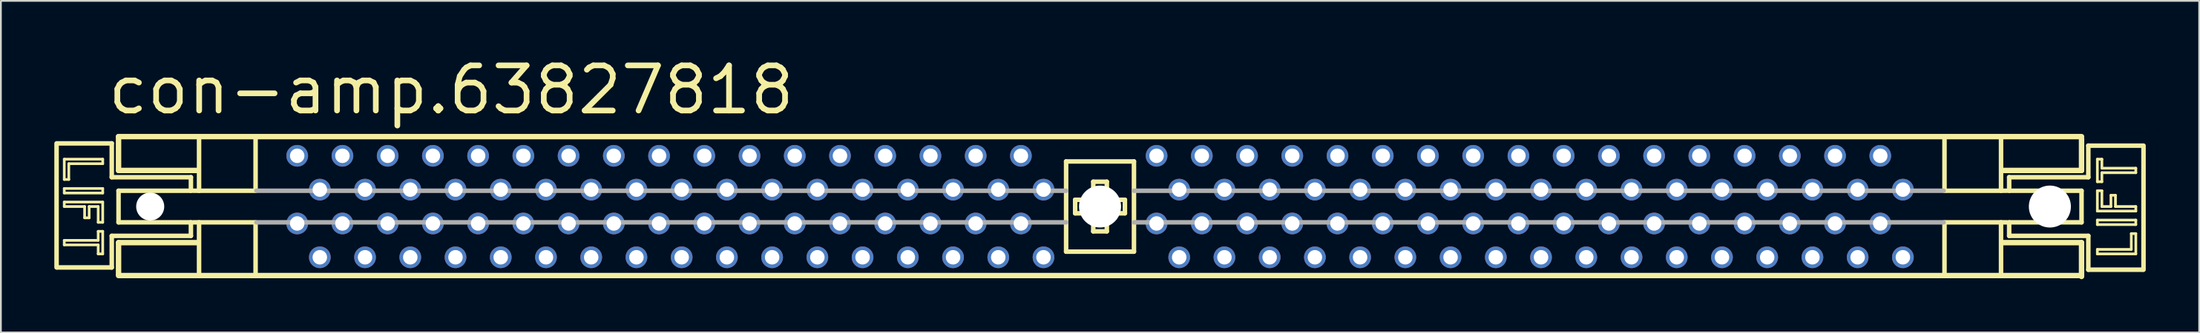
<source format=kicad_pcb>
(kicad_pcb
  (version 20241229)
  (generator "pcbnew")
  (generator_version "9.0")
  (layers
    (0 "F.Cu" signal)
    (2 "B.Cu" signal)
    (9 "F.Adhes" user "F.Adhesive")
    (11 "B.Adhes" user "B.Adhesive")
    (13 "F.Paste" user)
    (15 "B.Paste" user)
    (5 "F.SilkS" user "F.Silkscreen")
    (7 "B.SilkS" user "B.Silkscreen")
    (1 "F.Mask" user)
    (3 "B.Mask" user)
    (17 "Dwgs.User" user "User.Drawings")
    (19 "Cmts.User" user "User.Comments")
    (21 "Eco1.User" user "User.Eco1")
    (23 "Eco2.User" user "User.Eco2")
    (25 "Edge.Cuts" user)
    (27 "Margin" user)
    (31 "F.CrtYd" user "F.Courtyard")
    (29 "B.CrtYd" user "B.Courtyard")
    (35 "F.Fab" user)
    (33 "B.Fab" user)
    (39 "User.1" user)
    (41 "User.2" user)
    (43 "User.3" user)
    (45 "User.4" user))
  (footprint "con-amp.63827818"
    (layer "F.Cu")
    (at 58.725 8.58)
    (property "Reference" "con-amp.63827818" (at -55.88 -5.08 0) (layer "F.SilkS") (effects (font (size 2.54 2.54) (thickness 0.32)) (justify left bottom)))
    (attr through_hole)
    (fp_line (start -58.598 -3.556) (end -58.598 3.429) (stroke (width 0.254) (type default)) (layer "F.SilkS"))
    (fp_line (start -58.547 -3.556) (end -55.499 -3.556) (stroke (width 0.254) (type default)) (layer "F.SilkS"))
    (fp_line (start -58.166 -2.667) (end -58.166 -1.524) (stroke (width 0.152) (type default)) (layer "F.SilkS"))
    (fp_line (start -58.166 -1.524) (end -57.912 -1.524) (stroke (width 0.152) (type default)) (layer "F.SilkS"))
    (fp_line (start -58.166 -1.016) (end -58.166 -0.762) (stroke (width 0.152) (type default)) (layer "F.SilkS"))
    (fp_line (start -58.166 -0.762) (end -56.007 -0.762) (stroke (width 0.152) (type default)) (layer "F.SilkS"))
    (fp_line (start -58.166 -0.254) (end -56.007 -0.254) (stroke (width 0.152) (type default)) (layer "F.SilkS"))
    (fp_line (start -58.166 0) (end -58.166 -0.254) (stroke (width 0.152) (type default)) (layer "F.SilkS"))
    (fp_line (start -58.166 1.905) (end -56.261 1.905) (stroke (width 0.152) (type default)) (layer "F.SilkS"))
    (fp_line (start -58.166 2.159) (end -58.166 1.905) (stroke (width 0.152) (type default)) (layer "F.SilkS"))
    (fp_line (start -57.912 -2.413) (end -56.007 -2.413) (stroke (width 0.152) (type default)) (layer "F.SilkS"))
    (fp_line (start -57.912 -1.524) (end -57.912 -2.413) (stroke (width 0.152) (type default)) (layer "F.SilkS"))
    (fp_line (start -57.023 0) (end -58.166 0) (stroke (width 0.152) (type default)) (layer "F.SilkS"))
    (fp_line (start -57.023 0.635) (end -57.023 0) (stroke (width 0.152) (type default)) (layer "F.SilkS"))
    (fp_line (start -56.769 0) (end -56.769 0.635) (stroke (width 0.152) (type default)) (layer "F.SilkS"))
    (fp_line (start -56.769 0.635) (end -57.023 0.635) (stroke (width 0.152) (type default)) (layer "F.SilkS"))
    (fp_line (start -56.261 0) (end -56.769 0) (stroke (width 0.152) (type default)) (layer "F.SilkS"))
    (fp_line (start -56.261 0.889) (end -56.261 0) (stroke (width 0.152) (type default)) (layer "F.SilkS"))
    (fp_line (start -56.261 1.397) (end -56.007 1.397) (stroke (width 0.152) (type default)) (layer "F.SilkS"))
    (fp_line (start -56.261 1.905) (end -56.261 1.397) (stroke (width 0.152) (type default)) (layer "F.SilkS"))
    (fp_line (start -56.261 2.159) (end -58.166 2.159) (stroke (width 0.152) (type default)) (layer "F.SilkS"))
    (fp_line (start -56.261 2.667) (end -56.261 2.159) (stroke (width 0.152) (type default)) (layer "F.SilkS"))
    (fp_line (start -56.007 -2.667) (end -58.166 -2.667) (stroke (width 0.152) (type default)) (layer "F.SilkS"))
    (fp_line (start -56.007 -2.413) (end -56.007 -2.667) (stroke (width 0.152) (type default)) (layer "F.SilkS"))
    (fp_line (start -56.007 -1.016) (end -58.166 -1.016) (stroke (width 0.152) (type default)) (layer "F.SilkS"))
    (fp_line (start -56.007 -0.762) (end -56.007 -1.016) (stroke (width 0.152) (type default)) (layer "F.SilkS"))
    (fp_line (start -56.007 -0.254) (end -56.007 0.889) (stroke (width 0.152) (type default)) (layer "F.SilkS"))
    (fp_line (start -56.007 0.889) (end -56.261 0.889) (stroke (width 0.152) (type default)) (layer "F.SilkS"))
    (fp_line (start -56.007 1.397) (end -56.007 2.667) (stroke (width 0.152) (type default)) (layer "F.SilkS"))
    (fp_line (start -56.007 2.667) (end -56.261 2.667) (stroke (width 0.152) (type default)) (layer "F.SilkS"))
    (fp_line (start -55.499 -3.556) (end -55.499 -1.651) (stroke (width 0.254) (type default)) (layer "F.SilkS"))
    (fp_line (start -55.499 -1.651) (end -51.054 -1.651) (stroke (width 0.254) (type default)) (layer "F.SilkS"))
    (fp_line (start -55.499 1.651) (end -55.499 3.429) (stroke (width 0.254) (type default)) (layer "F.SilkS"))
    (fp_line (start -55.499 3.429) (end -58.547 3.429) (stroke (width 0.254) (type default)) (layer "F.SilkS"))
    (fp_line (start -55.118 -3.937) (end -55.118 -2.032) (stroke (width 0.305) (type default)) (layer "F.SilkS"))
    (fp_line (start -55.118 -3.937) (end 55.118 -3.937) (stroke (width 0.305) (type default)) (layer "F.SilkS"))
    (fp_line (start -55.118 -2.032) (end -50.673 -2.032) (stroke (width 0.305) (type default)) (layer "F.SilkS"))
    (fp_line (start -55.118 -0.889) (end -55.118 0.889) (stroke (width 0.254) (type default)) (layer "F.SilkS"))
    (fp_line (start -55.118 0.889) (end -51.054 0.889) (stroke (width 0.254) (type default)) (layer "F.SilkS"))
    (fp_line (start -55.118 2.032) (end -55.118 3.81) (stroke (width 0.305) (type default)) (layer "F.SilkS"))
    (fp_line (start -55.118 2.032) (end -50.673 2.032) (stroke (width 0.305) (type default)) (layer "F.SilkS"))
    (fp_line (start -51.054 -1.651) (end -51.054 -0.889) (stroke (width 0.254) (type default)) (layer "F.SilkS"))
    (fp_line (start -51.054 -0.889) (end -55.118 -0.889) (stroke (width 0.254) (type default)) (layer "F.SilkS"))
    (fp_line (start -51.054 0.889) (end -51.054 1.651) (stroke (width 0.254) (type default)) (layer "F.SilkS"))
    (fp_line (start -51.054 1.651) (end -55.499 1.651) (stroke (width 0.254) (type default)) (layer "F.SilkS"))
    (fp_line (start -50.927 -0.889) (end -47.498 -0.889) (stroke (width 0.254) (type default)) (layer "F.SilkS"))
    (fp_line (start -50.927 0.889) (end -47.498 0.889) (stroke (width 0.254) (type default)) (layer "F.SilkS"))
    (fp_line (start -50.597 -3.861) (end -50.597 -0.889) (stroke (width 0.254) (type default)) (layer "F.SilkS"))
    (fp_line (start -50.597 0.889) (end -50.597 3.81) (stroke (width 0.254) (type default)) (layer "F.SilkS"))
    (fp_line (start -47.422 -3.861) (end -47.422 -0.889) (stroke (width 0.254) (type default)) (layer "F.SilkS"))
    (fp_line (start -47.422 0.889) (end -47.422 3.81) (stroke (width 0.254) (type default)) (layer "F.SilkS"))
    (fp_line (start -1.905 -2.54) (end -1.905 2.54) (stroke (width 0.254) (type default)) (layer "F.SilkS"))
    (fp_line (start -1.905 2.54) (end 1.905 2.54) (stroke (width 0.254) (type default)) (layer "F.SilkS"))
    (fp_line (start -1.397 -0.381) (end -1.397 0.381) (stroke (width 0.254) (type default)) (layer "F.SilkS"))
    (fp_line (start -1.397 0.381) (end -0.381 0.381) (stroke (width 0.254) (type default)) (layer "F.SilkS"))
    (fp_line (start -0.381 -1.397) (end -0.381 -0.381) (stroke (width 0.254) (type default)) (layer "F.SilkS"))
    (fp_line (start -0.381 -0.381) (end -1.397 -0.381) (stroke (width 0.254) (type default)) (layer "F.SilkS"))
    (fp_line (start -0.381 0.381) (end -0.381 1.397) (stroke (width 0.254) (type default)) (layer "F.SilkS"))
    (fp_line (start -0.381 1.397) (end 0.381 1.397) (stroke (width 0.254) (type default)) (layer "F.SilkS"))
    (fp_line (start 0.381 -1.397) (end -0.381 -1.397) (stroke (width 0.254) (type default)) (layer "F.SilkS"))
    (fp_line (start 0.381 -0.381) (end 0.381 -1.397) (stroke (width 0.254) (type default)) (layer "F.SilkS"))
    (fp_line (start 0.381 0.381) (end 1.397 0.381) (stroke (width 0.254) (type default)) (layer "F.SilkS"))
    (fp_line (start 0.381 1.397) (end 0.381 0.381) (stroke (width 0.254) (type default)) (layer "F.SilkS"))
    (fp_line (start 1.397 -0.381) (end 0.381 -0.381) (stroke (width 0.254) (type default)) (layer "F.SilkS"))
    (fp_line (start 1.397 0.381) (end 1.397 -0.381) (stroke (width 0.254) (type default)) (layer "F.SilkS"))
    (fp_line (start 1.905 -2.54) (end -1.905 -2.54) (stroke (width 0.254) (type default)) (layer "F.SilkS"))
    (fp_line (start 1.905 2.54) (end 1.905 -2.54) (stroke (width 0.254) (type default)) (layer "F.SilkS"))
    (fp_line (start 47.422 -3.861) (end 47.422 -0.889) (stroke (width 0.254) (type default)) (layer "F.SilkS"))
    (fp_line (start 47.422 0.889) (end 47.422 3.81) (stroke (width 0.254) (type default)) (layer "F.SilkS"))
    (fp_line (start 50.597 -0.889) (end 50.597 -3.81) (stroke (width 0.254) (type default)) (layer "F.SilkS"))
    (fp_line (start 50.597 3.861) (end 50.597 0.889) (stroke (width 0.254) (type default)) (layer "F.SilkS"))
    (fp_line (start 50.927 -0.889) (end 47.498 -0.889) (stroke (width 0.254) (type default)) (layer "F.SilkS"))
    (fp_line (start 50.927 0.889) (end 47.498 0.889) (stroke (width 0.254) (type default)) (layer "F.SilkS"))
    (fp_line (start 51.054 -1.651) (end 55.499 -1.651) (stroke (width 0.254) (type default)) (layer "F.SilkS"))
    (fp_line (start 51.054 -0.889) (end 51.054 -1.651) (stroke (width 0.254) (type default)) (layer "F.SilkS"))
    (fp_line (start 51.054 0.889) (end 55.118 0.889) (stroke (width 0.254) (type default)) (layer "F.SilkS"))
    (fp_line (start 51.054 1.651) (end 51.054 0.889) (stroke (width 0.254) (type default)) (layer "F.SilkS"))
    (fp_line (start 55.118 -2.032) (end 50.673 -2.032) (stroke (width 0.305) (type default)) (layer "F.SilkS"))
    (fp_line (start 55.118 -2.032) (end 55.118 -3.81) (stroke (width 0.305) (type default)) (layer "F.SilkS"))
    (fp_line (start 55.118 -0.889) (end 51.054 -0.889) (stroke (width 0.254) (type default)) (layer "F.SilkS"))
    (fp_line (start 55.118 0.889) (end 55.118 -0.889) (stroke (width 0.254) (type default)) (layer "F.SilkS"))
    (fp_line (start 55.118 2.032) (end 50.673 2.032) (stroke (width 0.305) (type default)) (layer "F.SilkS"))
    (fp_line (start 55.118 3.886) (end -55.118 3.886) (stroke (width 0.305) (type default)) (layer "F.SilkS"))
    (fp_line (start 55.118 3.937) (end 55.118 2.032) (stroke (width 0.305) (type default)) (layer "F.SilkS"))
    (fp_line (start 55.499 -3.429) (end 58.547 -3.429) (stroke (width 0.254) (type default)) (layer "F.SilkS"))
    (fp_line (start 55.499 -1.651) (end 55.499 -3.429) (stroke (width 0.254) (type default)) (layer "F.SilkS"))
    (fp_line (start 55.499 1.651) (end 51.054 1.651) (stroke (width 0.254) (type default)) (layer "F.SilkS"))
    (fp_line (start 55.499 3.556) (end 55.499 1.651) (stroke (width 0.254) (type default)) (layer "F.SilkS"))
    (fp_line (start 56.007 -2.667) (end 56.261 -2.667) (stroke (width 0.152) (type default)) (layer "F.SilkS"))
    (fp_line (start 56.007 -1.397) (end 56.007 -2.667) (stroke (width 0.152) (type default)) (layer "F.SilkS"))
    (fp_line (start 56.007 -0.889) (end 56.261 -0.889) (stroke (width 0.152) (type default)) (layer "F.SilkS"))
    (fp_line (start 56.007 0.254) (end 56.007 -0.889) (stroke (width 0.152) (type default)) (layer "F.SilkS"))
    (fp_line (start 56.007 0.762) (end 56.007 1.016) (stroke (width 0.152) (type default)) (layer "F.SilkS"))
    (fp_line (start 56.007 1.016) (end 58.166 1.016) (stroke (width 0.152) (type default)) (layer "F.SilkS"))
    (fp_line (start 56.007 2.413) (end 56.007 2.667) (stroke (width 0.152) (type default)) (layer "F.SilkS"))
    (fp_line (start 56.007 2.667) (end 58.166 2.667) (stroke (width 0.152) (type default)) (layer "F.SilkS"))
    (fp_line (start 56.261 -2.667) (end 56.261 -2.159) (stroke (width 0.152) (type default)) (layer "F.SilkS"))
    (fp_line (start 56.261 -2.159) (end 58.166 -2.159) (stroke (width 0.152) (type default)) (layer "F.SilkS"))
    (fp_line (start 56.261 -1.905) (end 56.261 -1.397) (stroke (width 0.152) (type default)) (layer "F.SilkS"))
    (fp_line (start 56.261 -1.397) (end 56.007 -1.397) (stroke (width 0.152) (type default)) (layer "F.SilkS"))
    (fp_line (start 56.261 -0.889) (end 56.261 0) (stroke (width 0.152) (type default)) (layer "F.SilkS"))
    (fp_line (start 56.261 0) (end 56.769 0) (stroke (width 0.152) (type default)) (layer "F.SilkS"))
    (fp_line (start 56.769 -0.635) (end 57.023 -0.635) (stroke (width 0.152) (type default)) (layer "F.SilkS"))
    (fp_line (start 56.769 0) (end 56.769 -0.635) (stroke (width 0.152) (type default)) (layer "F.SilkS"))
    (fp_line (start 57.023 -0.635) (end 57.023 0) (stroke (width 0.152) (type default)) (layer "F.SilkS"))
    (fp_line (start 57.023 0) (end 58.166 0) (stroke (width 0.152) (type default)) (layer "F.SilkS"))
    (fp_line (start 57.912 1.524) (end 57.912 2.413) (stroke (width 0.152) (type default)) (layer "F.SilkS"))
    (fp_line (start 57.912 2.413) (end 56.007 2.413) (stroke (width 0.152) (type default)) (layer "F.SilkS"))
    (fp_line (start 58.166 -2.159) (end 58.166 -1.905) (stroke (width 0.152) (type default)) (layer "F.SilkS"))
    (fp_line (start 58.166 -1.905) (end 56.261 -1.905) (stroke (width 0.152) (type default)) (layer "F.SilkS"))
    (fp_line (start 58.166 0) (end 58.166 0.254) (stroke (width 0.152) (type default)) (layer "F.SilkS"))
    (fp_line (start 58.166 0.254) (end 56.007 0.254) (stroke (width 0.152) (type default)) (layer "F.SilkS"))
    (fp_line (start 58.166 0.762) (end 56.007 0.762) (stroke (width 0.152) (type default)) (layer "F.SilkS"))
    (fp_line (start 58.166 1.016) (end 58.166 0.762) (stroke (width 0.152) (type default)) (layer "F.SilkS"))
    (fp_line (start 58.166 1.524) (end 57.912 1.524) (stroke (width 0.152) (type default)) (layer "F.SilkS"))
    (fp_line (start 58.166 2.667) (end 58.166 1.524) (stroke (width 0.152) (type default)) (layer "F.SilkS"))
    (fp_line (start 58.547 3.556) (end 55.499 3.556) (stroke (width 0.254) (type default)) (layer "F.SilkS"))
    (fp_line (start 58.598 3.556) (end 58.598 -3.429) (stroke (width 0.254) (type default)) (layer "F.SilkS"))
    (fp_line (start -47.371 -0.889) (end -1.905 -0.889) (stroke (width 0.254) (type default)) (layer "F.Fab"))
    (fp_line (start -47.371 0.889) (end -1.905 0.889) (stroke (width 0.254) (type default)) (layer "F.Fab"))
    (fp_line (start 1.905 -0.889) (end 47.371 -0.889) (stroke (width 0.254) (type default)) (layer "F.Fab"))
    (fp_line (start 1.905 0.889) (end 47.371 0.889) (stroke (width 0.254) (type default)) (layer "F.Fab"))
    (pad "" np_thru_hole circle (at -53.34 0) (size 1.575 1.575) (drill 1.575) (layers "*.Cu" "*.Mask"))
    (pad "" np_thru_hole circle (at 0 0) (size 2.362 2.362) (drill 2.362) (layers "*.Cu" "*.Mask"))
    (pad "" np_thru_hole circle (at 53.34 0) (size 2.362 2.362) (drill 2.362) (layers "*.Cu" "*.Mask"))
    (pad "1" thru_hole circle (at -45.085 0.953) (size 1.219 1.219) (drill 0.813) (layers "*.Cu" "*.Mask"))
    (pad "2" thru_hole circle (at -43.815 2.857) (size 1.219 1.219) (drill 0.813) (layers "*.Cu" "*.Mask"))
    (pad "3" thru_hole circle (at -42.545 0.953) (size 1.219 1.219) (drill 0.813) (layers "*.Cu" "*.Mask"))
    (pad "4" thru_hole circle (at -41.275 2.857) (size 1.219 1.219) (drill 0.813) (layers "*.Cu" "*.Mask"))
    (pad "5" thru_hole circle (at -40.005 0.953) (size 1.219 1.219) (drill 0.813) (layers "*.Cu" "*.Mask"))
    (pad "6" thru_hole circle (at -38.735 2.857) (size 1.219 1.219) (drill 0.813) (layers "*.Cu" "*.Mask"))
    (pad "7" thru_hole circle (at -37.465 0.953) (size 1.219 1.219) (drill 0.813) (layers "*.Cu" "*.Mask"))
    (pad "8" thru_hole circle (at -36.195 2.857) (size 1.219 1.219) (drill 0.813) (layers "*.Cu" "*.Mask"))
    (pad "9" thru_hole circle (at -34.925 0.953) (size 1.219 1.219) (drill 0.813) (layers "*.Cu" "*.Mask"))
    (pad "10" thru_hole circle (at -33.655 2.857) (size 1.219 1.219) (drill 0.813) (layers "*.Cu" "*.Mask"))
    (pad "11" thru_hole circle (at -32.385 0.953) (size 1.219 1.219) (drill 0.813) (layers "*.Cu" "*.Mask"))
    (pad "12" thru_hole circle (at -31.115 2.857) (size 1.219 1.219) (drill 0.813) (layers "*.Cu" "*.Mask"))
    (pad "13" thru_hole circle (at -29.845 0.953) (size 1.219 1.219) (drill 0.813) (layers "*.Cu" "*.Mask"))
    (pad "14" thru_hole circle (at -28.575 2.857) (size 1.219 1.219) (drill 0.813) (layers "*.Cu" "*.Mask"))
    (pad "15" thru_hole circle (at -27.305 0.953) (size 1.219 1.219) (drill 0.813) (layers "*.Cu" "*.Mask"))
    (pad "16" thru_hole circle (at -26.035 2.857) (size 1.219 1.219) (drill 0.813) (layers "*.Cu" "*.Mask"))
    (pad "17" thru_hole circle (at -24.765 0.953) (size 1.219 1.219) (drill 0.813) (layers "*.Cu" "*.Mask"))
    (pad "18" thru_hole circle (at -23.495 2.857) (size 1.219 1.219) (drill 0.813) (layers "*.Cu" "*.Mask"))
    (pad "19" thru_hole circle (at -22.225 0.953) (size 1.219 1.219) (drill 0.813) (layers "*.Cu" "*.Mask"))
    (pad "20" thru_hole circle (at -20.955 2.857) (size 1.219 1.219) (drill 0.813) (layers "*.Cu" "*.Mask"))
    (pad "21" thru_hole circle (at -19.685 0.953) (size 1.219 1.219) (drill 0.813) (layers "*.Cu" "*.Mask"))
    (pad "22" thru_hole circle (at -18.415 2.857) (size 1.219 1.219) (drill 0.813) (layers "*.Cu" "*.Mask"))
    (pad "23" thru_hole circle (at -17.145 0.953) (size 1.219 1.219) (drill 0.813) (layers "*.Cu" "*.Mask"))
    (pad "24" thru_hole circle (at -15.875 2.857) (size 1.219 1.219) (drill 0.813) (layers "*.Cu" "*.Mask"))
    (pad "25" thru_hole circle (at -14.605 0.953) (size 1.219 1.219) (drill 0.813) (layers "*.Cu" "*.Mask"))
    (pad "26" thru_hole circle (at -13.335 2.857) (size 1.219 1.219) (drill 0.813) (layers "*.Cu" "*.Mask"))
    (pad "27" thru_hole circle (at -12.065 0.953) (size 1.219 1.219) (drill 0.813) (layers "*.Cu" "*.Mask"))
    (pad "28" thru_hole circle (at -10.795 2.857) (size 1.219 1.219) (drill 0.813) (layers "*.Cu" "*.Mask"))
    (pad "29" thru_hole circle (at -9.525 0.953) (size 1.219 1.219) (drill 0.813) (layers "*.Cu" "*.Mask"))
    (pad "30" thru_hole circle (at -8.255 2.857) (size 1.219 1.219) (drill 0.813) (layers "*.Cu" "*.Mask"))
    (pad "31" thru_hole circle (at -6.985 0.953) (size 1.219 1.219) (drill 0.813) (layers "*.Cu" "*.Mask"))
    (pad "32" thru_hole circle (at -5.715 2.857) (size 1.219 1.219) (drill 0.813) (layers "*.Cu" "*.Mask"))
    (pad "33" thru_hole circle (at -4.445 0.953) (size 1.219 1.219) (drill 0.813) (layers "*.Cu" "*.Mask"))
    (pad "34" thru_hole circle (at -3.175 2.857) (size 1.219 1.219) (drill 0.813) (layers "*.Cu" "*.Mask"))
    (pad "35" thru_hole circle (at 3.175 0.953) (size 1.219 1.219) (drill 0.813) (layers "*.Cu" "*.Mask"))
    (pad "36" thru_hole circle (at 4.445 2.857) (size 1.219 1.219) (drill 0.813) (layers "*.Cu" "*.Mask"))
    (pad "37" thru_hole circle (at 5.715 0.953) (size 1.219 1.219) (drill 0.813) (layers "*.Cu" "*.Mask"))
    (pad "38" thru_hole circle (at 6.985 2.857) (size 1.219 1.219) (drill 0.813) (layers "*.Cu" "*.Mask"))
    (pad "39" thru_hole circle (at 8.255 0.953) (size 1.219 1.219) (drill 0.813) (layers "*.Cu" "*.Mask"))
    (pad "40" thru_hole circle (at 9.525 2.857) (size 1.219 1.219) (drill 0.813) (layers "*.Cu" "*.Mask"))
    (pad "41" thru_hole circle (at 10.795 0.953) (size 1.219 1.219) (drill 0.813) (layers "*.Cu" "*.Mask"))
    (pad "42" thru_hole circle (at 12.065 2.857) (size 1.219 1.219) (drill 0.813) (layers "*.Cu" "*.Mask"))
    (pad "43" thru_hole circle (at 13.335 0.953) (size 1.219 1.219) (drill 0.813) (layers "*.Cu" "*.Mask"))
    (pad "44" thru_hole circle (at 14.605 2.857) (size 1.219 1.219) (drill 0.813) (layers "*.Cu" "*.Mask"))
    (pad "45" thru_hole circle (at 15.875 0.953) (size 1.219 1.219) (drill 0.813) (layers "*.Cu" "*.Mask"))
    (pad "46" thru_hole circle (at 17.145 2.857) (size 1.219 1.219) (drill 0.813) (layers "*.Cu" "*.Mask"))
    (pad "47" thru_hole circle (at 18.415 0.953) (size 1.219 1.219) (drill 0.813) (layers "*.Cu" "*.Mask"))
    (pad "48" thru_hole circle (at 19.685 2.857) (size 1.219 1.219) (drill 0.813) (layers "*.Cu" "*.Mask"))
    (pad "49" thru_hole circle (at 20.955 0.953) (size 1.219 1.219) (drill 0.813) (layers "*.Cu" "*.Mask"))
    (pad "50" thru_hole circle (at 22.225 2.857) (size 1.219 1.219) (drill 0.813) (layers "*.Cu" "*.Mask"))
    (pad "51" thru_hole circle (at 23.495 0.953) (size 1.219 1.219) (drill 0.813) (layers "*.Cu" "*.Mask"))
    (pad "52" thru_hole circle (at 24.765 2.857) (size 1.219 1.219) (drill 0.813) (layers "*.Cu" "*.Mask"))
    (pad "53" thru_hole circle (at 26.035 0.953) (size 1.219 1.219) (drill 0.813) (layers "*.Cu" "*.Mask"))
    (pad "54" thru_hole circle (at 27.305 2.857) (size 1.219 1.219) (drill 0.813) (layers "*.Cu" "*.Mask"))
    (pad "55" thru_hole circle (at 28.575 0.953) (size 1.219 1.219) (drill 0.813) (layers "*.Cu" "*.Mask"))
    (pad "56" thru_hole circle (at 29.845 2.857) (size 1.219 1.219) (drill 0.813) (layers "*.Cu" "*.Mask"))
    (pad "57" thru_hole circle (at 31.115 0.953) (size 1.219 1.219) (drill 0.813) (layers "*.Cu" "*.Mask"))
    (pad "58" thru_hole circle (at 32.385 2.857) (size 1.219 1.219) (drill 0.813) (layers "*.Cu" "*.Mask"))
    (pad "59" thru_hole circle (at 33.655 0.953) (size 1.219 1.219) (drill 0.813) (layers "*.Cu" "*.Mask"))
    (pad "60" thru_hole circle (at 34.925 2.857) (size 1.219 1.219) (drill 0.813) (layers "*.Cu" "*.Mask"))
    (pad "61" thru_hole circle (at 36.195 0.953) (size 1.219 1.219) (drill 0.813) (layers "*.Cu" "*.Mask"))
    (pad "62" thru_hole circle (at 37.465 2.857) (size 1.219 1.219) (drill 0.813) (layers "*.Cu" "*.Mask"))
    (pad "63" thru_hole circle (at 38.735 0.953) (size 1.219 1.219) (drill 0.813) (layers "*.Cu" "*.Mask"))
    (pad "64" thru_hole circle (at 40.005 2.857) (size 1.219 1.219) (drill 0.813) (layers "*.Cu" "*.Mask"))
    (pad "65" thru_hole circle (at 41.275 0.953) (size 1.219 1.219) (drill 0.813) (layers "*.Cu" "*.Mask"))
    (pad "66" thru_hole circle (at 42.545 2.857) (size 1.219 1.219) (drill 0.813) (layers "*.Cu" "*.Mask"))
    (pad "67" thru_hole circle (at 43.815 0.953) (size 1.219 1.219) (drill 0.813) (layers "*.Cu" "*.Mask"))
    (pad "68" thru_hole circle (at 45.085 2.857) (size 1.219 1.219) (drill 0.813) (layers "*.Cu" "*.Mask"))
    (pad "69" thru_hole circle (at -45.085 -2.857) (size 1.219 1.219) (drill 0.813) (layers "*.Cu" "*.Mask"))
    (pad "70" thru_hole circle (at -43.815 -0.953) (size 1.219 1.219) (drill 0.813) (layers "*.Cu" "*.Mask"))
    (pad "71" thru_hole circle (at -42.545 -2.857) (size 1.219 1.219) (drill 0.813) (layers "*.Cu" "*.Mask"))
    (pad "72" thru_hole circle (at -41.275 -0.953) (size 1.219 1.219) (drill 0.813) (layers "*.Cu" "*.Mask"))
    (pad "73" thru_hole circle (at -40.005 -2.857) (size 1.219 1.219) (drill 0.813) (layers "*.Cu" "*.Mask"))
    (pad "74" thru_hole circle (at -38.735 -0.953) (size 1.219 1.219) (drill 0.813) (layers "*.Cu" "*.Mask"))
    (pad "75" thru_hole circle (at -37.465 -2.857) (size 1.219 1.219) (drill 0.813) (layers "*.Cu" "*.Mask"))
    (pad "76" thru_hole circle (at -36.195 -0.953) (size 1.219 1.219) (drill 0.813) (layers "*.Cu" "*.Mask"))
    (pad "77" thru_hole circle (at -34.925 -2.857) (size 1.219 1.219) (drill 0.813) (layers "*.Cu" "*.Mask"))
    (pad "78" thru_hole circle (at -33.655 -0.953) (size 1.219 1.219) (drill 0.813) (layers "*.Cu" "*.Mask"))
    (pad "79" thru_hole circle (at -32.385 -2.857) (size 1.219 1.219) (drill 0.813) (layers "*.Cu" "*.Mask"))
    (pad "80" thru_hole circle (at -31.115 -0.953) (size 1.219 1.219) (drill 0.813) (layers "*.Cu" "*.Mask"))
    (pad "81" thru_hole circle (at -29.845 -2.857) (size 1.219 1.219) (drill 0.813) (layers "*.Cu" "*.Mask"))
    (pad "82" thru_hole circle (at -28.575 -0.953) (size 1.219 1.219) (drill 0.813) (layers "*.Cu" "*.Mask"))
    (pad "83" thru_hole circle (at -27.305 -2.857) (size 1.219 1.219) (drill 0.813) (layers "*.Cu" "*.Mask"))
    (pad "84" thru_hole circle (at -26.035 -0.953) (size 1.219 1.219) (drill 0.813) (layers "*.Cu" "*.Mask"))
    (pad "85" thru_hole circle (at -24.765 -2.857) (size 1.219 1.219) (drill 0.813) (layers "*.Cu" "*.Mask"))
    (pad "86" thru_hole circle (at -23.495 -0.953) (size 1.219 1.219) (drill 0.813) (layers "*.Cu" "*.Mask"))
    (pad "87" thru_hole circle (at -22.225 -2.857) (size 1.219 1.219) (drill 0.813) (layers "*.Cu" "*.Mask"))
    (pad "88" thru_hole circle (at -20.955 -0.953) (size 1.219 1.219) (drill 0.813) (layers "*.Cu" "*.Mask"))
    (pad "89" thru_hole circle (at -19.685 -2.857) (size 1.219 1.219) (drill 0.813) (layers "*.Cu" "*.Mask"))
    (pad "90" thru_hole circle (at -18.415 -0.953) (size 1.219 1.219) (drill 0.813) (layers "*.Cu" "*.Mask"))
    (pad "91" thru_hole circle (at -17.145 -2.857) (size 1.219 1.219) (drill 0.813) (layers "*.Cu" "*.Mask"))
    (pad "92" thru_hole circle (at -15.875 -0.953) (size 1.219 1.219) (drill 0.813) (layers "*.Cu" "*.Mask"))
    (pad "93" thru_hole circle (at -14.605 -2.857) (size 1.219 1.219) (drill 0.813) (layers "*.Cu" "*.Mask"))
    (pad "94" thru_hole circle (at -13.335 -0.953) (size 1.219 1.219) (drill 0.813) (layers "*.Cu" "*.Mask"))
    (pad "95" thru_hole circle (at -12.065 -2.857) (size 1.219 1.219) (drill 0.813) (layers "*.Cu" "*.Mask"))
    (pad "96" thru_hole circle (at -10.795 -0.953) (size 1.219 1.219) (drill 0.813) (layers "*.Cu" "*.Mask"))
    (pad "97" thru_hole circle (at -9.525 -2.857) (size 1.219 1.219) (drill 0.813) (layers "*.Cu" "*.Mask"))
    (pad "98" thru_hole circle (at -8.255 -0.953) (size 1.219 1.219) (drill 0.813) (layers "*.Cu" "*.Mask"))
    (pad "99" thru_hole circle (at -6.985 -2.857) (size 1.219 1.219) (drill 0.813) (layers "*.Cu" "*.Mask"))
    (pad "100" thru_hole circle (at -5.715 -0.953) (size 1.219 1.219) (drill 0.813) (layers "*.Cu" "*.Mask"))
    (pad "101" thru_hole circle (at -4.445 -2.857) (size 1.219 1.219) (drill 0.813) (layers "*.Cu" "*.Mask"))
    (pad "102" thru_hole circle (at -3.175 -0.953) (size 1.219 1.219) (drill 0.813) (layers "*.Cu" "*.Mask"))
    (pad "103" thru_hole circle (at 3.175 -2.857) (size 1.219 1.219) (drill 0.813) (layers "*.Cu" "*.Mask"))
    (pad "104" thru_hole circle (at 4.445 -0.953) (size 1.219 1.219) (drill 0.813) (layers "*.Cu" "*.Mask"))
    (pad "105" thru_hole circle (at 5.715 -2.857) (size 1.219 1.219) (drill 0.813) (layers "*.Cu" "*.Mask"))
    (pad "106" thru_hole circle (at 6.985 -0.953) (size 1.219 1.219) (drill 0.813) (layers "*.Cu" "*.Mask"))
    (pad "107" thru_hole circle (at 8.255 -2.857) (size 1.219 1.219) (drill 0.813) (layers "*.Cu" "*.Mask"))
    (pad "108" thru_hole circle (at 9.525 -0.953) (size 1.219 1.219) (drill 0.813) (layers "*.Cu" "*.Mask"))
    (pad "109" thru_hole circle (at 10.795 -2.857) (size 1.219 1.219) (drill 0.813) (layers "*.Cu" "*.Mask"))
    (pad "110" thru_hole circle (at 12.065 -0.953) (size 1.219 1.219) (drill 0.813) (layers "*.Cu" "*.Mask"))
    (pad "111" thru_hole circle (at 13.335 -2.857) (size 1.219 1.219) (drill 0.813) (layers "*.Cu" "*.Mask"))
    (pad "112" thru_hole circle (at 14.605 -0.953) (size 1.219 1.219) (drill 0.813) (layers "*.Cu" "*.Mask"))
    (pad "113" thru_hole circle (at 15.875 -2.857) (size 1.219 1.219) (drill 0.813) (layers "*.Cu" "*.Mask"))
    (pad "114" thru_hole circle (at 17.145 -0.953) (size 1.219 1.219) (drill 0.813) (layers "*.Cu" "*.Mask"))
    (pad "115" thru_hole circle (at 18.415 -2.857) (size 1.219 1.219) (drill 0.813) (layers "*.Cu" "*.Mask"))
    (pad "116" thru_hole circle (at 19.685 -0.953) (size 1.219 1.219) (drill 0.813) (layers "*.Cu" "*.Mask"))
    (pad "117" thru_hole circle (at 20.955 -2.857) (size 1.219 1.219) (drill 0.813) (layers "*.Cu" "*.Mask"))
    (pad "118" thru_hole circle (at 22.225 -0.953) (size 1.219 1.219) (drill 0.813) (layers "*.Cu" "*.Mask"))
    (pad "119" thru_hole circle (at 23.495 -2.857) (size 1.219 1.219) (drill 0.813) (layers "*.Cu" "*.Mask"))
    (pad "120" thru_hole circle (at 24.765 -0.953) (size 1.219 1.219) (drill 0.813) (layers "*.Cu" "*.Mask"))
    (pad "121" thru_hole circle (at 26.035 -2.857) (size 1.219 1.219) (drill 0.813) (layers "*.Cu" "*.Mask"))
    (pad "122" thru_hole circle (at 27.305 -0.953) (size 1.219 1.219) (drill 0.813) (layers "*.Cu" "*.Mask"))
    (pad "123" thru_hole circle (at 28.575 -2.857) (size 1.219 1.219) (drill 0.813) (layers "*.Cu" "*.Mask"))
    (pad "124" thru_hole circle (at 29.845 -0.953) (size 1.219 1.219) (drill 0.813) (layers "*.Cu" "*.Mask"))
    (pad "125" thru_hole circle (at 31.115 -2.857) (size 1.219 1.219) (drill 0.813) (layers "*.Cu" "*.Mask"))
    (pad "126" thru_hole circle (at 32.385 -0.953) (size 1.219 1.219) (drill 0.813) (layers "*.Cu" "*.Mask"))
    (pad "127" thru_hole circle (at 33.655 -2.857) (size 1.219 1.219) (drill 0.813) (layers "*.Cu" "*.Mask"))
    (pad "128" thru_hole circle (at 34.925 -0.953) (size 1.219 1.219) (drill 0.813) (layers "*.Cu" "*.Mask"))
    (pad "129" thru_hole circle (at 36.195 -2.857) (size 1.219 1.219) (drill 0.813) (layers "*.Cu" "*.Mask"))
    (pad "130" thru_hole circle (at 37.465 -0.953) (size 1.219 1.219) (drill 0.813) (layers "*.Cu" "*.Mask"))
    (pad "131" thru_hole circle (at 38.735 -2.857) (size 1.219 1.219) (drill 0.813) (layers "*.Cu" "*.Mask"))
    (pad "132" thru_hole circle (at 40.005 -0.953) (size 1.219 1.219) (drill 0.813) (layers "*.Cu" "*.Mask"))
    (pad "133" thru_hole circle (at 41.275 -2.857) (size 1.219 1.219) (drill 0.813) (layers "*.Cu" "*.Mask"))
    (pad "134" thru_hole circle (at 42.545 -0.953) (size 1.219 1.219) (drill 0.813) (layers "*.Cu" "*.Mask"))
    (pad "135" thru_hole circle (at 43.815 -2.857) (size 1.219 1.219) (drill 0.813) (layers "*.Cu" "*.Mask"))
    (pad "136" thru_hole circle (at 45.085 -0.953) (size 1.219 1.219) (drill 0.813) (layers "*.Cu" "*.Mask")))
  (gr_rect
    (start -3 -3)
    (end 120.45 15.669)
    (stroke (width 0.1) (type default))
    (fill no)
    (layer "Edge.Cuts")))
</source>
